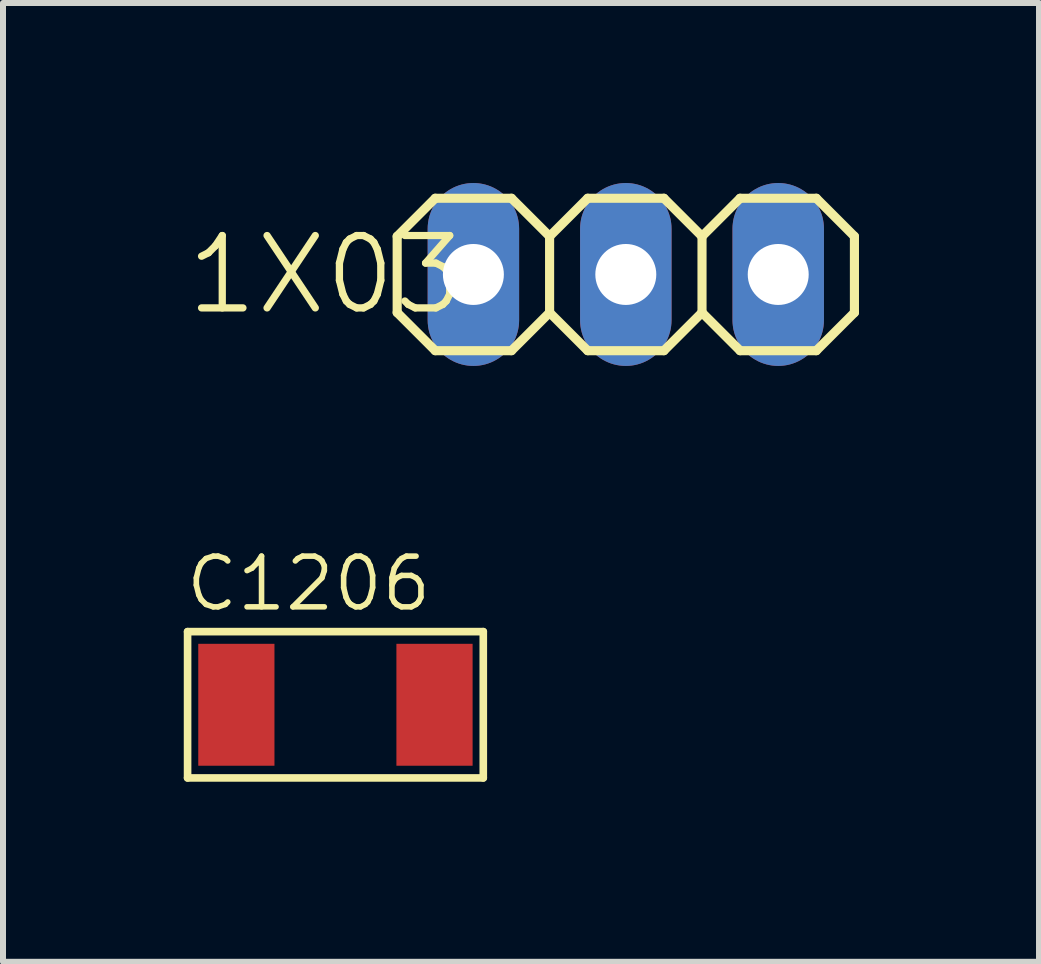
<source format=kicad_pcb>
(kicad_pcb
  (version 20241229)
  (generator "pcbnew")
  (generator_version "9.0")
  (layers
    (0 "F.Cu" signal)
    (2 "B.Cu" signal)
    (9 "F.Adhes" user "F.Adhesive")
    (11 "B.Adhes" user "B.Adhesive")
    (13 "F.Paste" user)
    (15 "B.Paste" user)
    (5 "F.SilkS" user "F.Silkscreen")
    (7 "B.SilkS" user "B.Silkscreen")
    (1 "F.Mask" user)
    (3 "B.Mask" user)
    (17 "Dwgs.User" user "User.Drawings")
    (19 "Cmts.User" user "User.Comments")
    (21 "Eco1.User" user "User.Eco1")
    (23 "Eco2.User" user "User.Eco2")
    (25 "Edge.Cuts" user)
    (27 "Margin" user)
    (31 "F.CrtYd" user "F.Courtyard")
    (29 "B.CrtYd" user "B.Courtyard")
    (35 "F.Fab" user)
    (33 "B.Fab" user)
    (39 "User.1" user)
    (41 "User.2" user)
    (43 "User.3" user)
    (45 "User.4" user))
  (footprint "C1206"
    (layer "F.Cu")
    (at 2.54 8.695)
    (property "Reference" "C1206" (at -2.54 -1.524 0) (layer "F.SilkS") (effects (font (size 0.845 0.845) (thickness 0.093)) (justify left bottom)))
    (attr through_hole)
    (fp_line (start -2.464 -1.219) (end 2.464 -1.219) (stroke (width 0.127) (type solid)) (layer "F.SilkS"))
    (fp_line (start -2.464 1.219) (end -2.464 -1.219) (stroke (width 0.127) (type solid)) (layer "F.SilkS"))
    (fp_line (start 2.464 -1.219) (end 2.464 1.219) (stroke (width 0.127) (type solid)) (layer "F.SilkS"))
    (fp_line (start 2.464 1.219) (end -2.464 1.219) (stroke (width 0.127) (type solid)) (layer "F.SilkS"))
    (pad "1" smd rect (at -1.651 0) (size 1.27 2.032) (layers "F.Cu" "F.Mask" "F.Paste"))
    (pad "2" smd rect (at 1.651 0) (size 1.27 2.032) (layers "F.Cu" "F.Mask" "F.Paste")))
  (footprint "1X03"
    (layer "F.Cu")
    (at 7.379 1.524)
    (property "Reference" "1X03" (at -7.379 0.711 180) (layer "F.SilkS") (effects (font (size 1.206 1.206) (thickness 0.121)) (justify left bottom)))
    (attr through_hole)
    (fp_line (start -3.81 -0.635) (end -3.81 0.635) (stroke (width 0.152) (type solid)) (layer "F.SilkS"))
    (fp_line (start -3.81 0.635) (end -3.175 1.27) (stroke (width 0.152) (type solid)) (layer "F.SilkS"))
    (fp_line (start -3.175 -1.27) (end -3.81 -0.635) (stroke (width 0.152) (type solid)) (layer "F.SilkS"))
    (fp_line (start -3.175 -1.27) (end -1.905 -1.27) (stroke (width 0.152) (type solid)) (layer "F.SilkS"))
    (fp_line (start -1.905 -1.27) (end -1.27 -0.635) (stroke (width 0.152) (type solid)) (layer "F.SilkS"))
    (fp_line (start -1.905 1.27) (end -3.175 1.27) (stroke (width 0.152) (type solid)) (layer "F.SilkS"))
    (fp_line (start -1.27 -0.635) (end -1.27 0.635) (stroke (width 0.152) (type solid)) (layer "F.SilkS"))
    (fp_line (start -1.27 -0.635) (end -0.635 -1.27) (stroke (width 0.152) (type solid)) (layer "F.SilkS"))
    (fp_line (start -1.27 0.635) (end -1.905 1.27) (stroke (width 0.152) (type solid)) (layer "F.SilkS"))
    (fp_line (start -0.635 -1.27) (end 0.635 -1.27) (stroke (width 0.152) (type solid)) (layer "F.SilkS"))
    (fp_line (start -0.635 1.27) (end -1.27 0.635) (stroke (width 0.152) (type solid)) (layer "F.SilkS"))
    (fp_line (start 0.635 -1.27) (end 1.27 -0.635) (stroke (width 0.152) (type solid)) (layer "F.SilkS"))
    (fp_line (start 0.635 1.27) (end -0.635 1.27) (stroke (width 0.152) (type solid)) (layer "F.SilkS"))
    (fp_line (start 1.27 -0.635) (end 1.27 0.635) (stroke (width 0.152) (type solid)) (layer "F.SilkS"))
    (fp_line (start 1.27 -0.635) (end 1.905 -1.27) (stroke (width 0.152) (type solid)) (layer "F.SilkS"))
    (fp_line (start 1.27 0.635) (end 0.635 1.27) (stroke (width 0.152) (type solid)) (layer "F.SilkS"))
    (fp_line (start 1.905 -1.27) (end 3.175 -1.27) (stroke (width 0.152) (type solid)) (layer "F.SilkS"))
    (fp_line (start 1.905 1.27) (end 1.27 0.635) (stroke (width 0.152) (type solid)) (layer "F.SilkS"))
    (fp_line (start 3.175 -1.27) (end 3.81 -0.635) (stroke (width 0.152) (type solid)) (layer "F.SilkS"))
    (fp_line (start 3.175 1.27) (end 1.905 1.27) (stroke (width 0.152) (type solid)) (layer "F.SilkS"))
    (fp_line (start 3.81 -0.635) (end 3.81 0.635) (stroke (width 0.152) (type solid)) (layer "F.SilkS"))
    (fp_line (start 3.81 0.635) (end 3.175 1.27) (stroke (width 0.152) (type solid)) (layer "F.SilkS"))
    (fp_poly (pts (xy -2.794 0.254) (xy -2.286 0.254) (xy -2.286 -0.254) (xy -2.794 -0.254)) (stroke (width 0.1) (type solid)) (fill no) (layer "F.Fab"))
    (fp_poly (pts (xy -0.254 0.254) (xy 0.254 0.254) (xy 0.254 -0.254) (xy -0.254 -0.254)) (stroke (width 0.1) (type solid)) (fill no) (layer "F.Fab"))
    (fp_poly (pts (xy 2.286 0.254) (xy 2.794 0.254) (xy 2.794 -0.254) (xy 2.286 -0.254)) (stroke (width 0.1) (type solid)) (fill no) (layer "F.Fab"))
    (pad "1" thru_hole oval (at -2.54 0 90) (size 3.048 1.524) (drill 1.016) (layers "*.Cu" "*.Mask"))
    (pad "2" thru_hole oval (at 0 0 90) (size 3.048 1.524) (drill 1.016) (layers "*.Cu" "*.Mask"))
    (pad "3" thru_hole oval (at 2.54 0 90) (size 3.048 1.524) (drill 1.016) (layers "*.Cu" "*.Mask")))
  (gr_rect
    (start -3 -3)
    (end 14.265 12.978)
    (stroke (width 0.1) (type default))
    (fill no)
    (layer "Edge.Cuts")))
</source>
